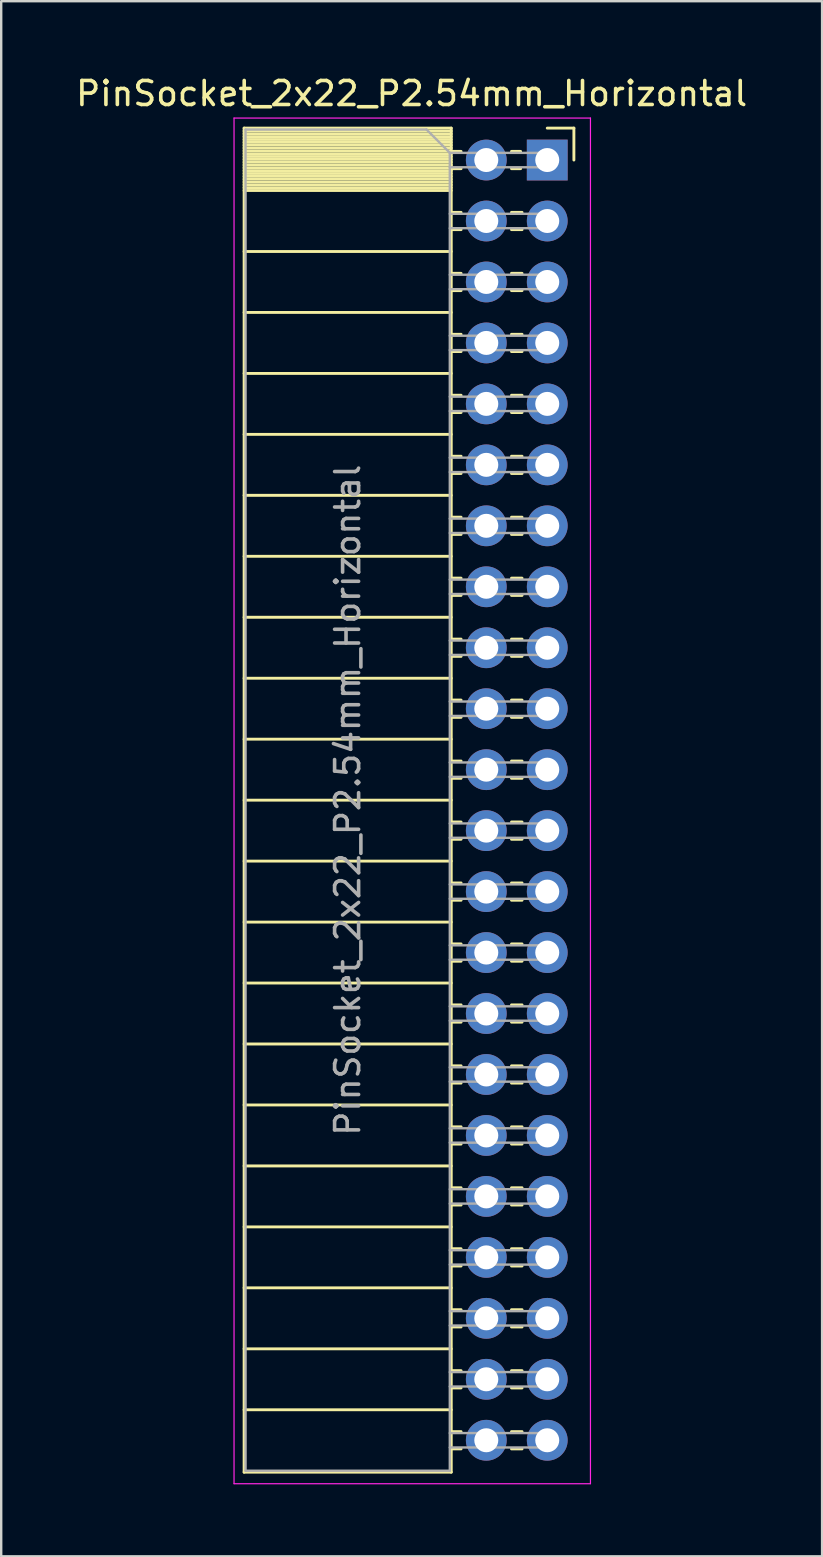
<source format=kicad_pcb>
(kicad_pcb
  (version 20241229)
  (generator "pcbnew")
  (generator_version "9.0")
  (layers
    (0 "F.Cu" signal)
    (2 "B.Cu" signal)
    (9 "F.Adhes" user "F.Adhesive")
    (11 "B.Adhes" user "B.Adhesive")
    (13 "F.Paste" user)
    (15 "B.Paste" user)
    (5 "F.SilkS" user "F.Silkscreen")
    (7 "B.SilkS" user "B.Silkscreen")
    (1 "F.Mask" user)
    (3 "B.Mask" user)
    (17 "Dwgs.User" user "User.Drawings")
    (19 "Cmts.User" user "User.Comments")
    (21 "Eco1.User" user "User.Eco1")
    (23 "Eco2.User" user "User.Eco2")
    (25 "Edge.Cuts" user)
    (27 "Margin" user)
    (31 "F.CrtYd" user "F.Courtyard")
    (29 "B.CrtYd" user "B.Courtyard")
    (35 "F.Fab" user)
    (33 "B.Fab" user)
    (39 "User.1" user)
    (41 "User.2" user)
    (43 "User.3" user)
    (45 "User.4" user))
  (footprint "PinSocket_2x22_P2.54mm_Horizontal"
    (layer "F.Cu")
    (at 19.751 3.618)
    (property "Reference" "PinSocket_2x22_P2.54mm_Horizontal" (at -5.65 -2.77 0) (layer "F.SilkS") (effects (font (size 1 1) (thickness 0.15))))
    (attr through_hole)
    (fp_line (start -12.63 -1.33) (end -12.63 54.67) (stroke (width 0.12) (type solid)) (layer "F.SilkS"))
    (fp_line (start -12.63 -1.33) (end -4 -1.33) (stroke (width 0.12) (type solid)) (layer "F.SilkS"))
    (fp_line (start -12.63 -1.21) (end -4 -1.21) (stroke (width 0.12) (type solid)) (layer "F.SilkS"))
    (fp_line (start -12.63 -1.092) (end -4 -1.092) (stroke (width 0.12) (type solid)) (layer "F.SilkS"))
    (fp_line (start -12.63 -0.974) (end -4 -0.974) (stroke (width 0.12) (type solid)) (layer "F.SilkS"))
    (fp_line (start -12.63 -0.856) (end -4 -0.856) (stroke (width 0.12) (type solid)) (layer "F.SilkS"))
    (fp_line (start -12.63 -0.738) (end -4 -0.738) (stroke (width 0.12) (type solid)) (layer "F.SilkS"))
    (fp_line (start -12.63 -0.62) (end -4 -0.62) (stroke (width 0.12) (type solid)) (layer "F.SilkS"))
    (fp_line (start -12.63 -0.501) (end -4 -0.501) (stroke (width 0.12) (type solid)) (layer "F.SilkS"))
    (fp_line (start -12.63 -0.383) (end -4 -0.383) (stroke (width 0.12) (type solid)) (layer "F.SilkS"))
    (fp_line (start -12.63 -0.265) (end -4 -0.265) (stroke (width 0.12) (type solid)) (layer "F.SilkS"))
    (fp_line (start -12.63 -0.147) (end -4 -0.147) (stroke (width 0.12) (type solid)) (layer "F.SilkS"))
    (fp_line (start -12.63 -0.029) (end -4 -0.029) (stroke (width 0.12) (type solid)) (layer "F.SilkS"))
    (fp_line (start -12.63 0.089) (end -4 0.089) (stroke (width 0.12) (type solid)) (layer "F.SilkS"))
    (fp_line (start -12.63 0.207) (end -4 0.207) (stroke (width 0.12) (type solid)) (layer "F.SilkS"))
    (fp_line (start -12.63 0.325) (end -4 0.325) (stroke (width 0.12) (type solid)) (layer "F.SilkS"))
    (fp_line (start -12.63 0.443) (end -4 0.443) (stroke (width 0.12) (type solid)) (layer "F.SilkS"))
    (fp_line (start -12.63 0.561) (end -4 0.561) (stroke (width 0.12) (type solid)) (layer "F.SilkS"))
    (fp_line (start -12.63 0.68) (end -4 0.68) (stroke (width 0.12) (type solid)) (layer "F.SilkS"))
    (fp_line (start -12.63 0.798) (end -4 0.798) (stroke (width 0.12) (type solid)) (layer "F.SilkS"))
    (fp_line (start -12.63 0.916) (end -4 0.916) (stroke (width 0.12) (type solid)) (layer "F.SilkS"))
    (fp_line (start -12.63 1.034) (end -4 1.034) (stroke (width 0.12) (type solid)) (layer "F.SilkS"))
    (fp_line (start -12.63 1.152) (end -4 1.152) (stroke (width 0.12) (type solid)) (layer "F.SilkS"))
    (fp_line (start -12.63 1.27) (end -4 1.27) (stroke (width 0.12) (type solid)) (layer "F.SilkS"))
    (fp_line (start -12.63 3.81) (end -4 3.81) (stroke (width 0.12) (type solid)) (layer "F.SilkS"))
    (fp_line (start -12.63 6.35) (end -4 6.35) (stroke (width 0.12) (type solid)) (layer "F.SilkS"))
    (fp_line (start -12.63 8.89) (end -4 8.89) (stroke (width 0.12) (type solid)) (layer "F.SilkS"))
    (fp_line (start -12.63 11.43) (end -4 11.43) (stroke (width 0.12) (type solid)) (layer "F.SilkS"))
    (fp_line (start -12.63 13.97) (end -4 13.97) (stroke (width 0.12) (type solid)) (layer "F.SilkS"))
    (fp_line (start -12.63 16.51) (end -4 16.51) (stroke (width 0.12) (type solid)) (layer "F.SilkS"))
    (fp_line (start -12.63 19.05) (end -4 19.05) (stroke (width 0.12) (type solid)) (layer "F.SilkS"))
    (fp_line (start -12.63 21.59) (end -4 21.59) (stroke (width 0.12) (type solid)) (layer "F.SilkS"))
    (fp_line (start -12.63 24.13) (end -4 24.13) (stroke (width 0.12) (type solid)) (layer "F.SilkS"))
    (fp_line (start -12.63 26.67) (end -4 26.67) (stroke (width 0.12) (type solid)) (layer "F.SilkS"))
    (fp_line (start -12.63 29.21) (end -4 29.21) (stroke (width 0.12) (type solid)) (layer "F.SilkS"))
    (fp_line (start -12.63 31.75) (end -4 31.75) (stroke (width 0.12) (type solid)) (layer "F.SilkS"))
    (fp_line (start -12.63 34.29) (end -4 34.29) (stroke (width 0.12) (type solid)) (layer "F.SilkS"))
    (fp_line (start -12.63 36.83) (end -4 36.83) (stroke (width 0.12) (type solid)) (layer "F.SilkS"))
    (fp_line (start -12.63 39.37) (end -4 39.37) (stroke (width 0.12) (type solid)) (layer "F.SilkS"))
    (fp_line (start -12.63 41.91) (end -4 41.91) (stroke (width 0.12) (type solid)) (layer "F.SilkS"))
    (fp_line (start -12.63 44.45) (end -4 44.45) (stroke (width 0.12) (type solid)) (layer "F.SilkS"))
    (fp_line (start -12.63 46.99) (end -4 46.99) (stroke (width 0.12) (type solid)) (layer "F.SilkS"))
    (fp_line (start -12.63 49.53) (end -4 49.53) (stroke (width 0.12) (type solid)) (layer "F.SilkS"))
    (fp_line (start -12.63 52.07) (end -4 52.07) (stroke (width 0.12) (type solid)) (layer "F.SilkS"))
    (fp_line (start -12.63 54.67) (end -4 54.67) (stroke (width 0.12) (type solid)) (layer "F.SilkS"))
    (fp_line (start -4 -1.33) (end -4 54.67) (stroke (width 0.12) (type solid)) (layer "F.SilkS"))
    (fp_line (start -4 -0.36) (end -3.59 -0.36) (stroke (width 0.12) (type solid)) (layer "F.SilkS"))
    (fp_line (start -4 0.36) (end -3.59 0.36) (stroke (width 0.12) (type solid)) (layer "F.SilkS"))
    (fp_line (start -4 2.18) (end -3.59 2.18) (stroke (width 0.12) (type solid)) (layer "F.SilkS"))
    (fp_line (start -4 2.9) (end -3.59 2.9) (stroke (width 0.12) (type solid)) (layer "F.SilkS"))
    (fp_line (start -4 4.72) (end -3.59 4.72) (stroke (width 0.12) (type solid)) (layer "F.SilkS"))
    (fp_line (start -4 5.44) (end -3.59 5.44) (stroke (width 0.12) (type solid)) (layer "F.SilkS"))
    (fp_line (start -4 7.26) (end -3.59 7.26) (stroke (width 0.12) (type solid)) (layer "F.SilkS"))
    (fp_line (start -4 7.98) (end -3.59 7.98) (stroke (width 0.12) (type solid)) (layer "F.SilkS"))
    (fp_line (start -4 9.8) (end -3.59 9.8) (stroke (width 0.12) (type solid)) (layer "F.SilkS"))
    (fp_line (start -4 10.52) (end -3.59 10.52) (stroke (width 0.12) (type solid)) (layer "F.SilkS"))
    (fp_line (start -4 12.34) (end -3.59 12.34) (stroke (width 0.12) (type solid)) (layer "F.SilkS"))
    (fp_line (start -4 13.06) (end -3.59 13.06) (stroke (width 0.12) (type solid)) (layer "F.SilkS"))
    (fp_line (start -4 14.88) (end -3.59 14.88) (stroke (width 0.12) (type solid)) (layer "F.SilkS"))
    (fp_line (start -4 15.6) (end -3.59 15.6) (stroke (width 0.12) (type solid)) (layer "F.SilkS"))
    (fp_line (start -4 17.42) (end -3.59 17.42) (stroke (width 0.12) (type solid)) (layer "F.SilkS"))
    (fp_line (start -4 18.14) (end -3.59 18.14) (stroke (width 0.12) (type solid)) (layer "F.SilkS"))
    (fp_line (start -4 19.96) (end -3.59 19.96) (stroke (width 0.12) (type solid)) (layer "F.SilkS"))
    (fp_line (start -4 20.68) (end -3.59 20.68) (stroke (width 0.12) (type solid)) (layer "F.SilkS"))
    (fp_line (start -4 22.5) (end -3.59 22.5) (stroke (width 0.12) (type solid)) (layer "F.SilkS"))
    (fp_line (start -4 23.22) (end -3.59 23.22) (stroke (width 0.12) (type solid)) (layer "F.SilkS"))
    (fp_line (start -4 25.04) (end -3.59 25.04) (stroke (width 0.12) (type solid)) (layer "F.SilkS"))
    (fp_line (start -4 25.76) (end -3.59 25.76) (stroke (width 0.12) (type solid)) (layer "F.SilkS"))
    (fp_line (start -4 27.58) (end -3.59 27.58) (stroke (width 0.12) (type solid)) (layer "F.SilkS"))
    (fp_line (start -4 28.3) (end -3.59 28.3) (stroke (width 0.12) (type solid)) (layer "F.SilkS"))
    (fp_line (start -4 30.12) (end -3.59 30.12) (stroke (width 0.12) (type solid)) (layer "F.SilkS"))
    (fp_line (start -4 30.84) (end -3.59 30.84) (stroke (width 0.12) (type solid)) (layer "F.SilkS"))
    (fp_line (start -4 32.66) (end -3.59 32.66) (stroke (width 0.12) (type solid)) (layer "F.SilkS"))
    (fp_line (start -4 33.38) (end -3.59 33.38) (stroke (width 0.12) (type solid)) (layer "F.SilkS"))
    (fp_line (start -4 35.2) (end -3.59 35.2) (stroke (width 0.12) (type solid)) (layer "F.SilkS"))
    (fp_line (start -4 35.92) (end -3.59 35.92) (stroke (width 0.12) (type solid)) (layer "F.SilkS"))
    (fp_line (start -4 37.74) (end -3.59 37.74) (stroke (width 0.12) (type solid)) (layer "F.SilkS"))
    (fp_line (start -4 38.46) (end -3.59 38.46) (stroke (width 0.12) (type solid)) (layer "F.SilkS"))
    (fp_line (start -4 40.28) (end -3.59 40.28) (stroke (width 0.12) (type solid)) (layer "F.SilkS"))
    (fp_line (start -4 41) (end -3.59 41) (stroke (width 0.12) (type solid)) (layer "F.SilkS"))
    (fp_line (start -4 42.82) (end -3.59 42.82) (stroke (width 0.12) (type solid)) (layer "F.SilkS"))
    (fp_line (start -4 43.54) (end -3.59 43.54) (stroke (width 0.12) (type solid)) (layer "F.SilkS"))
    (fp_line (start -4 45.36) (end -3.59 45.36) (stroke (width 0.12) (type solid)) (layer "F.SilkS"))
    (fp_line (start -4 46.08) (end -3.59 46.08) (stroke (width 0.12) (type solid)) (layer "F.SilkS"))
    (fp_line (start -4 47.9) (end -3.59 47.9) (stroke (width 0.12) (type solid)) (layer "F.SilkS"))
    (fp_line (start -4 48.62) (end -3.59 48.62) (stroke (width 0.12) (type solid)) (layer "F.SilkS"))
    (fp_line (start -4 50.44) (end -3.59 50.44) (stroke (width 0.12) (type solid)) (layer "F.SilkS"))
    (fp_line (start -4 51.16) (end -3.59 51.16) (stroke (width 0.12) (type solid)) (layer "F.SilkS"))
    (fp_line (start -4 52.98) (end -3.59 52.98) (stroke (width 0.12) (type solid)) (layer "F.SilkS"))
    (fp_line (start -4 53.7) (end -3.59 53.7) (stroke (width 0.12) (type solid)) (layer "F.SilkS"))
    (fp_line (start -1.49 -0.36) (end -1.11 -0.36) (stroke (width 0.12) (type solid)) (layer "F.SilkS"))
    (fp_line (start -1.49 0.36) (end -1.11 0.36) (stroke (width 0.12) (type solid)) (layer "F.SilkS"))
    (fp_line (start -1.49 2.18) (end -1.05 2.18) (stroke (width 0.12) (type solid)) (layer "F.SilkS"))
    (fp_line (start -1.49 2.9) (end -1.05 2.9) (stroke (width 0.12) (type solid)) (layer "F.SilkS"))
    (fp_line (start -1.49 4.72) (end -1.05 4.72) (stroke (width 0.12) (type solid)) (layer "F.SilkS"))
    (fp_line (start -1.49 5.44) (end -1.05 5.44) (stroke (width 0.12) (type solid)) (layer "F.SilkS"))
    (fp_line (start -1.49 7.26) (end -1.05 7.26) (stroke (width 0.12) (type solid)) (layer "F.SilkS"))
    (fp_line (start -1.49 7.98) (end -1.05 7.98) (stroke (width 0.12) (type solid)) (layer "F.SilkS"))
    (fp_line (start -1.49 9.8) (end -1.05 9.8) (stroke (width 0.12) (type solid)) (layer "F.SilkS"))
    (fp_line (start -1.49 10.52) (end -1.05 10.52) (stroke (width 0.12) (type solid)) (layer "F.SilkS"))
    (fp_line (start -1.49 12.34) (end -1.05 12.34) (stroke (width 0.12) (type solid)) (layer "F.SilkS"))
    (fp_line (start -1.49 13.06) (end -1.05 13.06) (stroke (width 0.12) (type solid)) (layer "F.SilkS"))
    (fp_line (start -1.49 14.88) (end -1.05 14.88) (stroke (width 0.12) (type solid)) (layer "F.SilkS"))
    (fp_line (start -1.49 15.6) (end -1.05 15.6) (stroke (width 0.12) (type solid)) (layer "F.SilkS"))
    (fp_line (start -1.49 17.42) (end -1.05 17.42) (stroke (width 0.12) (type solid)) (layer "F.SilkS"))
    (fp_line (start -1.49 18.14) (end -1.05 18.14) (stroke (width 0.12) (type solid)) (layer "F.SilkS"))
    (fp_line (start -1.49 19.96) (end -1.05 19.96) (stroke (width 0.12) (type solid)) (layer "F.SilkS"))
    (fp_line (start -1.49 20.68) (end -1.05 20.68) (stroke (width 0.12) (type solid)) (layer "F.SilkS"))
    (fp_line (start -1.49 22.5) (end -1.05 22.5) (stroke (width 0.12) (type solid)) (layer "F.SilkS"))
    (fp_line (start -1.49 23.22) (end -1.05 23.22) (stroke (width 0.12) (type solid)) (layer "F.SilkS"))
    (fp_line (start -1.49 25.04) (end -1.05 25.04) (stroke (width 0.12) (type solid)) (layer "F.SilkS"))
    (fp_line (start -1.49 25.76) (end -1.05 25.76) (stroke (width 0.12) (type solid)) (layer "F.SilkS"))
    (fp_line (start -1.49 27.58) (end -1.05 27.58) (stroke (width 0.12) (type solid)) (layer "F.SilkS"))
    (fp_line (start -1.49 28.3) (end -1.05 28.3) (stroke (width 0.12) (type solid)) (layer "F.SilkS"))
    (fp_line (start -1.49 30.12) (end -1.05 30.12) (stroke (width 0.12) (type solid)) (layer "F.SilkS"))
    (fp_line (start -1.49 30.84) (end -1.05 30.84) (stroke (width 0.12) (type solid)) (layer "F.SilkS"))
    (fp_line (start -1.49 32.66) (end -1.05 32.66) (stroke (width 0.12) (type solid)) (layer "F.SilkS"))
    (fp_line (start -1.49 33.38) (end -1.05 33.38) (stroke (width 0.12) (type solid)) (layer "F.SilkS"))
    (fp_line (start -1.49 35.2) (end -1.05 35.2) (stroke (width 0.12) (type solid)) (layer "F.SilkS"))
    (fp_line (start -1.49 35.92) (end -1.05 35.92) (stroke (width 0.12) (type solid)) (layer "F.SilkS"))
    (fp_line (start -1.49 37.74) (end -1.05 37.74) (stroke (width 0.12) (type solid)) (layer "F.SilkS"))
    (fp_line (start -1.49 38.46) (end -1.05 38.46) (stroke (width 0.12) (type solid)) (layer "F.SilkS"))
    (fp_line (start -1.49 40.28) (end -1.05 40.28) (stroke (width 0.12) (type solid)) (layer "F.SilkS"))
    (fp_line (start -1.49 41) (end -1.05 41) (stroke (width 0.12) (type solid)) (layer "F.SilkS"))
    (fp_line (start -1.49 42.82) (end -1.05 42.82) (stroke (width 0.12) (type solid)) (layer "F.SilkS"))
    (fp_line (start -1.49 43.54) (end -1.05 43.54) (stroke (width 0.12) (type solid)) (layer "F.SilkS"))
    (fp_line (start -1.49 45.36) (end -1.05 45.36) (stroke (width 0.12) (type solid)) (layer "F.SilkS"))
    (fp_line (start -1.49 46.08) (end -1.05 46.08) (stroke (width 0.12) (type solid)) (layer "F.SilkS"))
    (fp_line (start -1.49 47.9) (end -1.05 47.9) (stroke (width 0.12) (type solid)) (layer "F.SilkS"))
    (fp_line (start -1.49 48.62) (end -1.05 48.62) (stroke (width 0.12) (type solid)) (layer "F.SilkS"))
    (fp_line (start -1.49 50.44) (end -1.05 50.44) (stroke (width 0.12) (type solid)) (layer "F.SilkS"))
    (fp_line (start -1.49 51.16) (end -1.05 51.16) (stroke (width 0.12) (type solid)) (layer "F.SilkS"))
    (fp_line (start -1.49 52.98) (end -1.05 52.98) (stroke (width 0.12) (type solid)) (layer "F.SilkS"))
    (fp_line (start -1.49 53.7) (end -1.05 53.7) (stroke (width 0.12) (type solid)) (layer "F.SilkS"))
    (fp_line (start 0 -1.33) (end 1.11 -1.33) (stroke (width 0.12) (type solid)) (layer "F.SilkS"))
    (fp_line (start 1.11 -1.33) (end 1.11 0) (stroke (width 0.12) (type solid)) (layer "F.SilkS"))
    (fp_line (start -13.05 -1.75) (end -13.05 55.15) (stroke (width 0.05) (type solid)) (layer "F.CrtYd"))
    (fp_line (start -13.05 55.15) (end 1.8 55.15) (stroke (width 0.05) (type solid)) (layer "F.CrtYd"))
    (fp_line (start 1.8 -1.75) (end -13.05 -1.75) (stroke (width 0.05) (type solid)) (layer "F.CrtYd"))
    (fp_line (start 1.8 55.15) (end 1.8 -1.75) (stroke (width 0.05) (type solid)) (layer "F.CrtYd"))
    (fp_line (start -12.57 -1.27) (end -5.03 -1.27) (stroke (width 0.1) (type solid)) (layer "F.Fab"))
    (fp_line (start -12.57 54.61) (end -12.57 -1.27) (stroke (width 0.1) (type solid)) (layer "F.Fab"))
    (fp_line (start -5.03 -1.27) (end -4.06 -0.3) (stroke (width 0.1) (type solid)) (layer "F.Fab"))
    (fp_line (start -4.06 -0.3) (end -4.06 54.61) (stroke (width 0.1) (type solid)) (layer "F.Fab"))
    (fp_line (start -4.06 0.3) (end 0 0.3) (stroke (width 0.1) (type solid)) (layer "F.Fab"))
    (fp_line (start -4.06 2.84) (end 0 2.84) (stroke (width 0.1) (type solid)) (layer "F.Fab"))
    (fp_line (start -4.06 5.38) (end 0 5.38) (stroke (width 0.1) (type solid)) (layer "F.Fab"))
    (fp_line (start -4.06 7.92) (end 0 7.92) (stroke (width 0.1) (type solid)) (layer "F.Fab"))
    (fp_line (start -4.06 10.46) (end 0 10.46) (stroke (width 0.1) (type solid)) (layer "F.Fab"))
    (fp_line (start -4.06 13) (end 0 13) (stroke (width 0.1) (type solid)) (layer "F.Fab"))
    (fp_line (start -4.06 15.54) (end 0 15.54) (stroke (width 0.1) (type solid)) (layer "F.Fab"))
    (fp_line (start -4.06 18.08) (end 0 18.08) (stroke (width 0.1) (type solid)) (layer "F.Fab"))
    (fp_line (start -4.06 20.62) (end 0 20.62) (stroke (width 0.1) (type solid)) (layer "F.Fab"))
    (fp_line (start -4.06 23.16) (end 0 23.16) (stroke (width 0.1) (type solid)) (layer "F.Fab"))
    (fp_line (start -4.06 25.7) (end 0 25.7) (stroke (width 0.1) (type solid)) (layer "F.Fab"))
    (fp_line (start -4.06 28.24) (end 0 28.24) (stroke (width 0.1) (type solid)) (layer "F.Fab"))
    (fp_line (start -4.06 30.78) (end 0 30.78) (stroke (width 0.1) (type solid)) (layer "F.Fab"))
    (fp_line (start -4.06 33.32) (end 0 33.32) (stroke (width 0.1) (type solid)) (layer "F.Fab"))
    (fp_line (start -4.06 35.86) (end 0 35.86) (stroke (width 0.1) (type solid)) (layer "F.Fab"))
    (fp_line (start -4.06 38.4) (end 0 38.4) (stroke (width 0.1) (type solid)) (layer "F.Fab"))
    (fp_line (start -4.06 40.94) (end 0 40.94) (stroke (width 0.1) (type solid)) (layer "F.Fab"))
    (fp_line (start -4.06 43.48) (end 0 43.48) (stroke (width 0.1) (type solid)) (layer "F.Fab"))
    (fp_line (start -4.06 46.02) (end 0 46.02) (stroke (width 0.1) (type solid)) (layer "F.Fab"))
    (fp_line (start -4.06 48.56) (end 0 48.56) (stroke (width 0.1) (type solid)) (layer "F.Fab"))
    (fp_line (start -4.06 51.1) (end 0 51.1) (stroke (width 0.1) (type solid)) (layer "F.Fab"))
    (fp_line (start -4.06 53.64) (end 0 53.64) (stroke (width 0.1) (type solid)) (layer "F.Fab"))
    (fp_line (start -4.06 54.61) (end -12.57 54.61) (stroke (width 0.1) (type solid)) (layer "F.Fab"))
    (fp_line (start 0 -0.3) (end -4.06 -0.3) (stroke (width 0.1) (type solid)) (layer "F.Fab"))
    (fp_line (start 0 0.3) (end 0 -0.3) (stroke (width 0.1) (type solid)) (layer "F.Fab"))
    (fp_line (start 0 2.24) (end -4.06 2.24) (stroke (width 0.1) (type solid)) (layer "F.Fab"))
    (fp_line (start 0 2.84) (end 0 2.24) (stroke (width 0.1) (type solid)) (layer "F.Fab"))
    (fp_line (start 0 4.78) (end -4.06 4.78) (stroke (width 0.1) (type solid)) (layer "F.Fab"))
    (fp_line (start 0 5.38) (end 0 4.78) (stroke (width 0.1) (type solid)) (layer "F.Fab"))
    (fp_line (start 0 7.32) (end -4.06 7.32) (stroke (width 0.1) (type solid)) (layer "F.Fab"))
    (fp_line (start 0 7.92) (end 0 7.32) (stroke (width 0.1) (type solid)) (layer "F.Fab"))
    (fp_line (start 0 9.86) (end -4.06 9.86) (stroke (width 0.1) (type solid)) (layer "F.Fab"))
    (fp_line (start 0 10.46) (end 0 9.86) (stroke (width 0.1) (type solid)) (layer "F.Fab"))
    (fp_line (start 0 12.4) (end -4.06 12.4) (stroke (width 0.1) (type solid)) (layer "F.Fab"))
    (fp_line (start 0 13) (end 0 12.4) (stroke (width 0.1) (type solid)) (layer "F.Fab"))
    (fp_line (start 0 14.94) (end -4.06 14.94) (stroke (width 0.1) (type solid)) (layer "F.Fab"))
    (fp_line (start 0 15.54) (end 0 14.94) (stroke (width 0.1) (type solid)) (layer "F.Fab"))
    (fp_line (start 0 17.48) (end -4.06 17.48) (stroke (width 0.1) (type solid)) (layer "F.Fab"))
    (fp_line (start 0 18.08) (end 0 17.48) (stroke (width 0.1) (type solid)) (layer "F.Fab"))
    (fp_line (start 0 20.02) (end -4.06 20.02) (stroke (width 0.1) (type solid)) (layer "F.Fab"))
    (fp_line (start 0 20.62) (end 0 20.02) (stroke (width 0.1) (type solid)) (layer "F.Fab"))
    (fp_line (start 0 22.56) (end -4.06 22.56) (stroke (width 0.1) (type solid)) (layer "F.Fab"))
    (fp_line (start 0 23.16) (end 0 22.56) (stroke (width 0.1) (type solid)) (layer "F.Fab"))
    (fp_line (start 0 25.1) (end -4.06 25.1) (stroke (width 0.1) (type solid)) (layer "F.Fab"))
    (fp_line (start 0 25.7) (end 0 25.1) (stroke (width 0.1) (type solid)) (layer "F.Fab"))
    (fp_line (start 0 27.64) (end -4.06 27.64) (stroke (width 0.1) (type solid)) (layer "F.Fab"))
    (fp_line (start 0 28.24) (end 0 27.64) (stroke (width 0.1) (type solid)) (layer "F.Fab"))
    (fp_line (start 0 30.18) (end -4.06 30.18) (stroke (width 0.1) (type solid)) (layer "F.Fab"))
    (fp_line (start 0 30.78) (end 0 30.18) (stroke (width 0.1) (type solid)) (layer "F.Fab"))
    (fp_line (start 0 32.72) (end -4.06 32.72) (stroke (width 0.1) (type solid)) (layer "F.Fab"))
    (fp_line (start 0 33.32) (end 0 32.72) (stroke (width 0.1) (type solid)) (layer "F.Fab"))
    (fp_line (start 0 35.26) (end -4.06 35.26) (stroke (width 0.1) (type solid)) (layer "F.Fab"))
    (fp_line (start 0 35.86) (end 0 35.26) (stroke (width 0.1) (type solid)) (layer "F.Fab"))
    (fp_line (start 0 37.8) (end -4.06 37.8) (stroke (width 0.1) (type solid)) (layer "F.Fab"))
    (fp_line (start 0 38.4) (end 0 37.8) (stroke (width 0.1) (type solid)) (layer "F.Fab"))
    (fp_line (start 0 40.34) (end -4.06 40.34) (stroke (width 0.1) (type solid)) (layer "F.Fab"))
    (fp_line (start 0 40.94) (end 0 40.34) (stroke (width 0.1) (type solid)) (layer "F.Fab"))
    (fp_line (start 0 42.88) (end -4.06 42.88) (stroke (width 0.1) (type solid)) (layer "F.Fab"))
    (fp_line (start 0 43.48) (end 0 42.88) (stroke (width 0.1) (type solid)) (layer "F.Fab"))
    (fp_line (start 0 45.42) (end -4.06 45.42) (stroke (width 0.1) (type solid)) (layer "F.Fab"))
    (fp_line (start 0 46.02) (end 0 45.42) (stroke (width 0.1) (type solid)) (layer "F.Fab"))
    (fp_line (start 0 47.96) (end -4.06 47.96) (stroke (width 0.1) (type solid)) (layer "F.Fab"))
    (fp_line (start 0 48.56) (end 0 47.96) (stroke (width 0.1) (type solid)) (layer "F.Fab"))
    (fp_line (start 0 50.5) (end -4.06 50.5) (stroke (width 0.1) (type solid)) (layer "F.Fab"))
    (fp_line (start 0 51.1) (end 0 50.5) (stroke (width 0.1) (type solid)) (layer "F.Fab"))
    (fp_line (start 0 53.04) (end -4.06 53.04) (stroke (width 0.1) (type solid)) (layer "F.Fab"))
    (fp_line (start 0 53.64) (end 0 53.04) (stroke (width 0.1) (type solid)) (layer "F.Fab"))
    (fp_text user "${REFERENCE}" (at -8.315 26.67 90) (layer "F.Fab") (effects (font (size 1 1) (thickness 0.15))))
    (pad "1" thru_hole rect (at 0 0) (size 1.7 1.7) (drill 1) (layers "*.Cu" "*.Mask"))
    (pad "2" thru_hole oval (at 0 2.54) (size 1.7 1.7) (drill 1) (layers "*.Cu" "*.Mask"))
    (pad "3" thru_hole oval (at 0 5.08) (size 1.7 1.7) (drill 1) (layers "*.Cu" "*.Mask"))
    (pad "4" thru_hole oval (at 0 7.62) (size 1.7 1.7) (drill 1) (layers "*.Cu" "*.Mask"))
    (pad "5" thru_hole oval (at 0 10.16) (size 1.7 1.7) (drill 1) (layers "*.Cu" "*.Mask"))
    (pad "6" thru_hole oval (at 0 12.7) (size 1.7 1.7) (drill 1) (layers "*.Cu" "*.Mask"))
    (pad "7" thru_hole oval (at 0 15.24) (size 1.7 1.7) (drill 1) (layers "*.Cu" "*.Mask"))
    (pad "8" thru_hole oval (at 0 17.78) (size 1.7 1.7) (drill 1) (layers "*.Cu" "*.Mask"))
    (pad "9" thru_hole oval (at 0 20.32) (size 1.7 1.7) (drill 1) (layers "*.Cu" "*.Mask"))
    (pad "10" thru_hole oval (at 0 22.86) (size 1.7 1.7) (drill 1) (layers "*.Cu" "*.Mask"))
    (pad "11" thru_hole oval (at 0 25.4) (size 1.7 1.7) (drill 1) (layers "*.Cu" "*.Mask"))
    (pad "12" thru_hole oval (at 0 27.94) (size 1.7 1.7) (drill 1) (layers "*.Cu" "*.Mask"))
    (pad "13" thru_hole oval (at 0 30.48) (size 1.7 1.7) (drill 1) (layers "*.Cu" "*.Mask"))
    (pad "14" thru_hole oval (at 0 33.02) (size 1.7 1.7) (drill 1) (layers "*.Cu" "*.Mask"))
    (pad "15" thru_hole oval (at 0 35.56) (size 1.7 1.7) (drill 1) (layers "*.Cu" "*.Mask"))
    (pad "16" thru_hole oval (at 0 38.1) (size 1.7 1.7) (drill 1) (layers "*.Cu" "*.Mask"))
    (pad "17" thru_hole oval (at 0 40.64) (size 1.7 1.7) (drill 1) (layers "*.Cu" "*.Mask"))
    (pad "18" thru_hole oval (at 0 43.18) (size 1.7 1.7) (drill 1) (layers "*.Cu" "*.Mask"))
    (pad "19" thru_hole oval (at 0 45.72) (size 1.7 1.7) (drill 1) (layers "*.Cu" "*.Mask"))
    (pad "20" thru_hole oval (at 0 48.26) (size 1.7 1.7) (drill 1) (layers "*.Cu" "*.Mask"))
    (pad "21" thru_hole oval (at 0 50.8) (size 1.7 1.7) (drill 1) (layers "*.Cu" "*.Mask"))
    (pad "22" thru_hole oval (at 0 53.34) (size 1.7 1.7) (drill 1) (layers "*.Cu" "*.Mask"))
    (pad "A" thru_hole oval (at -2.54 0) (size 1.7 1.7) (drill 1) (layers "*.Cu" "*.Mask"))
    (pad "B" thru_hole oval (at -2.54 2.54) (size 1.7 1.7) (drill 1) (layers "*.Cu" "*.Mask"))
    (pad "C" thru_hole oval (at -2.54 5.08) (size 1.7 1.7) (drill 1) (layers "*.Cu" "*.Mask"))
    (pad "D" thru_hole oval (at -2.54 7.62) (size 1.7 1.7) (drill 1) (layers "*.Cu" "*.Mask"))
    (pad "E" thru_hole oval (at -2.54 10.16) (size 1.7 1.7) (drill 1) (layers "*.Cu" "*.Mask"))
    (pad "F" thru_hole oval (at -2.54 12.7) (size 1.7 1.7) (drill 1) (layers "*.Cu" "*.Mask"))
    (pad "H" thru_hole oval (at -2.54 15.24) (size 1.7 1.7) (drill 1) (layers "*.Cu" "*.Mask"))
    (pad "J" thru_hole oval (at -2.54 17.78) (size 1.7 1.7) (drill 1) (layers "*.Cu" "*.Mask"))
    (pad "K" thru_hole oval (at -2.54 20.32) (size 1.7 1.7) (drill 1) (layers "*.Cu" "*.Mask"))
    (pad "L" thru_hole oval (at -2.54 22.86) (size 1.7 1.7) (drill 1) (layers "*.Cu" "*.Mask"))
    (pad "M" thru_hole oval (at -2.54 25.4) (size 1.7 1.7) (drill 1) (layers "*.Cu" "*.Mask"))
    (pad "N" thru_hole oval (at -2.54 27.94) (size 1.7 1.7) (drill 1) (layers "*.Cu" "*.Mask"))
    (pad "P" thru_hole oval (at -2.54 30.48) (size 1.7 1.7) (drill 1) (layers "*.Cu" "*.Mask"))
    (pad "R" thru_hole oval (at -2.54 33.02) (size 1.7 1.7) (drill 1) (layers "*.Cu" "*.Mask"))
    (pad "S" thru_hole oval (at -2.54 35.56) (size 1.7 1.7) (drill 1) (layers "*.Cu" "*.Mask"))
    (pad "T" thru_hole oval (at -2.54 38.1) (size 1.7 1.7) (drill 1) (layers "*.Cu" "*.Mask"))
    (pad "U" thru_hole oval (at -2.54 40.64) (size 1.7 1.7) (drill 1) (layers "*.Cu" "*.Mask"))
    (pad "V" thru_hole oval (at -2.54 43.18) (size 1.7 1.7) (drill 1) (layers "*.Cu" "*.Mask"))
    (pad "W" thru_hole oval (at -2.54 45.72) (size 1.7 1.7) (drill 1) (layers "*.Cu" "*.Mask"))
    (pad "X" thru_hole oval (at -2.54 48.26) (size 1.7 1.7) (drill 1) (layers "*.Cu" "*.Mask"))
    (pad "Y" thru_hole oval (at -2.54 50.8) (size 1.7 1.7) (drill 1) (layers "*.Cu" "*.Mask"))
    (pad "Z" thru_hole oval (at -2.54 53.34) (size 1.7 1.7) (drill 1) (layers "*.Cu" "*.Mask")))
  (gr_rect
    (start -3 -3)
    (end 31.202 61.793)
    (stroke (width 0.1) (type default))
    (fill no)
    (layer "Edge.Cuts")))
</source>
